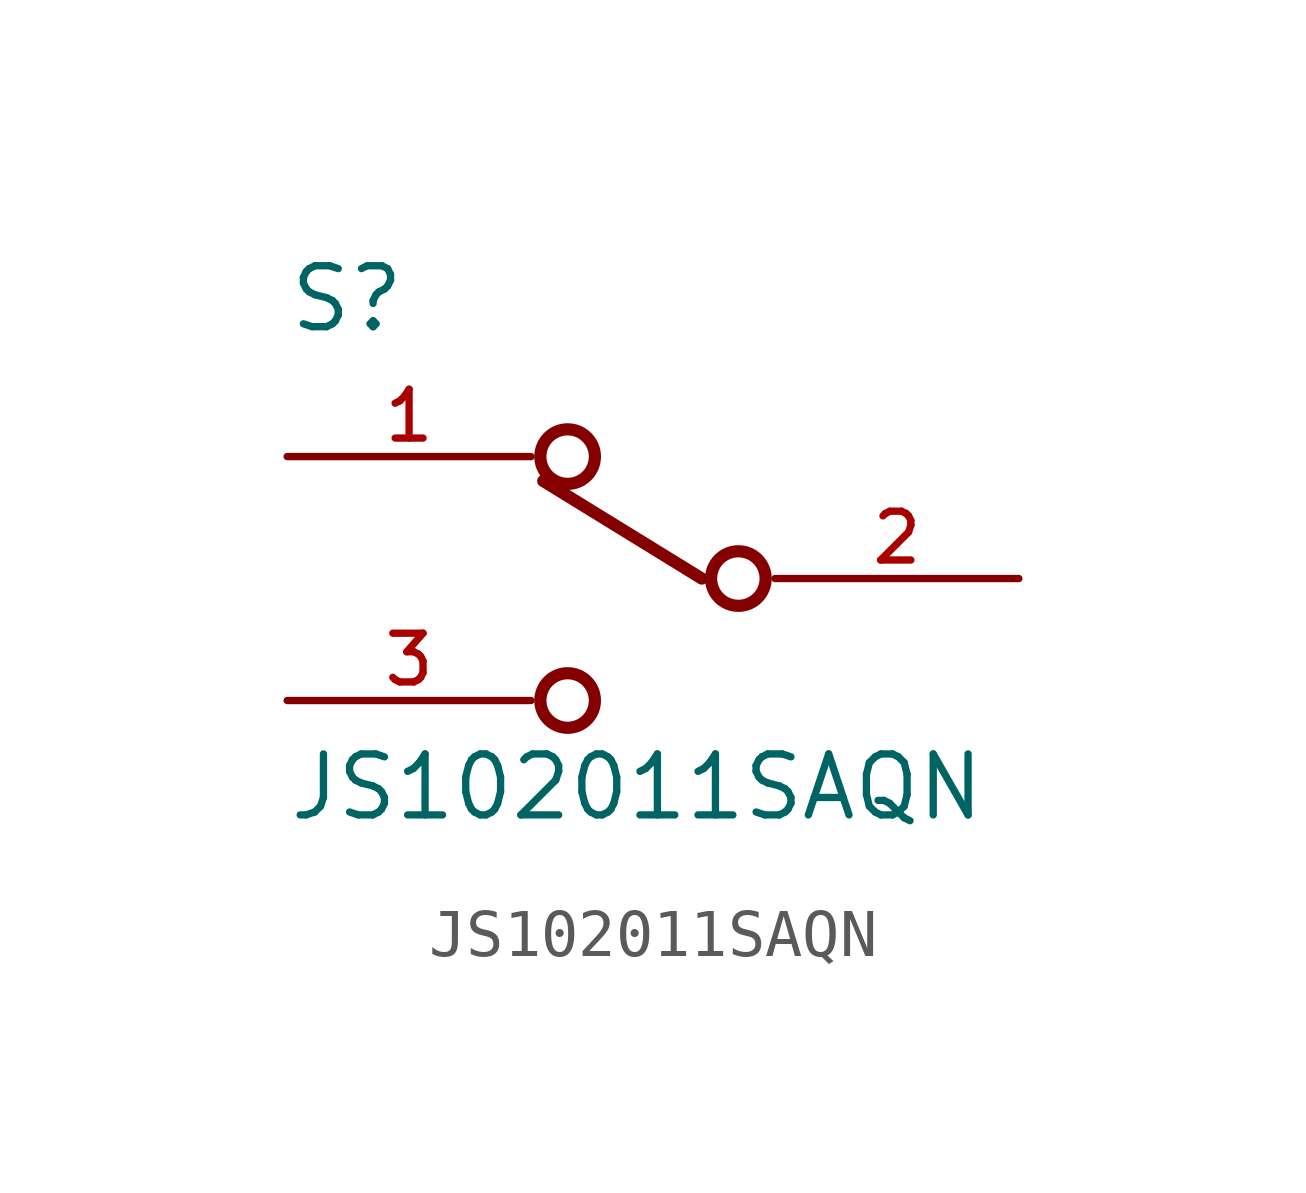
<source format=kicad_sym>
(kicad_symbol_lib
  (version 20231120)
  (generator "kicad_symbol_editor")
  (generator_version "8.0")
  (symbol "JS102011SAQN"
    (pin_names
      (offset 1.016))
    (property "Reference" "S"
      (at -7.623 5.082 0)
      (effects (font (size 1.27 1.27)) (justify left bottom)))
    (property "Value" "JS102011SAQN"
      (at -7.629 -5.086 0)
      (effects (font (size 1.27 1.27)) (justify left bottom)))
    (symbol "JS102011SAQN_0_0"
      (circle (center -1.778 -2.54) (radius 0.568) (stroke (width 0.254) (type default)) (fill (type none)))
      (circle (center -1.778 2.54) (radius 0.568) (stroke (width 0.254) (type default)) (fill (type none)))
      (polyline (pts (xy 1.016 0) (xy -2.286 2.032)) (stroke (width 0.254) (type default)) (fill (type none)))
      (circle (center 1.778 0) (radius 0.568) (stroke (width 0.254) (type default)) (fill (type none)))
      (pin passive line (at -7.62 2.54 0) (length 5.08) (name "~" (effects (font (size 1.016 1.016)))) (number "1" (effects (font (size 1.016 1.016)))))
      (pin passive line (at 7.62 0 180) (length 5.08) (name "~" (effects (font (size 1.016 1.016)))) (number "2" (effects (font (size 1.016 1.016)))))
      (pin passive line (at -7.62 -2.54 0) (length 5.08) (name "~" (effects (font (size 1.016 1.016)))) (number "3" (effects (font (size 1.016 1.016))))))))
</source>
